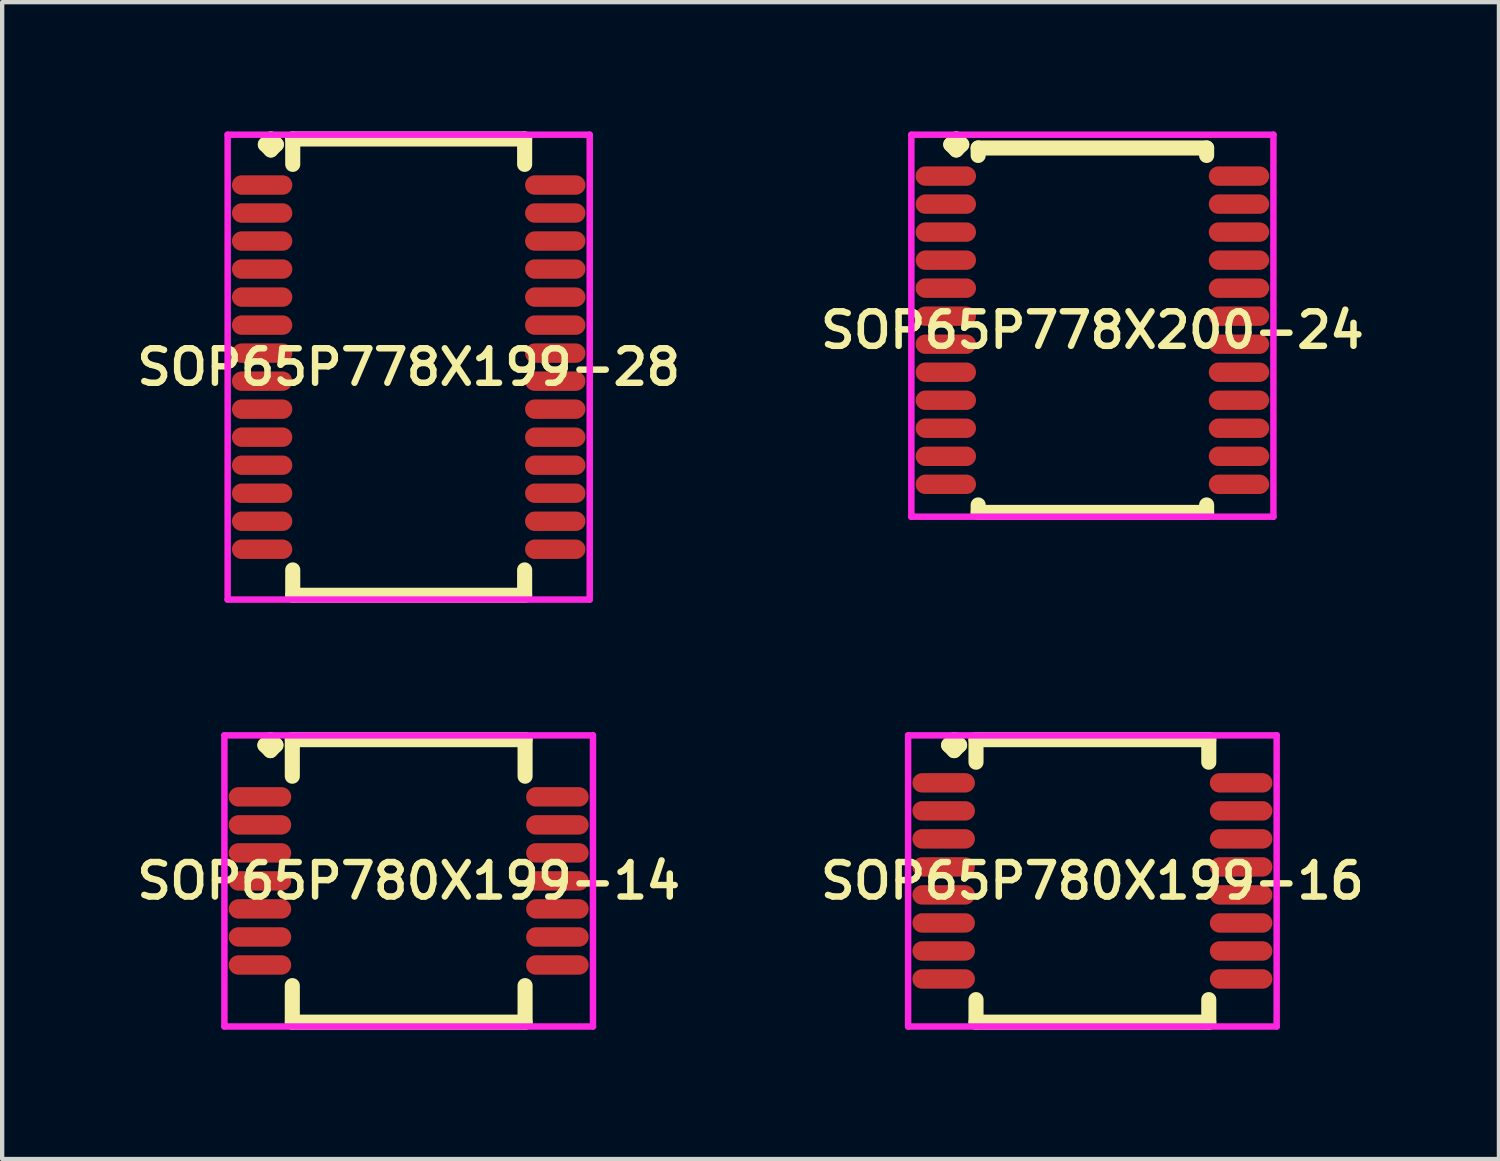
<source format=kicad_pcb>
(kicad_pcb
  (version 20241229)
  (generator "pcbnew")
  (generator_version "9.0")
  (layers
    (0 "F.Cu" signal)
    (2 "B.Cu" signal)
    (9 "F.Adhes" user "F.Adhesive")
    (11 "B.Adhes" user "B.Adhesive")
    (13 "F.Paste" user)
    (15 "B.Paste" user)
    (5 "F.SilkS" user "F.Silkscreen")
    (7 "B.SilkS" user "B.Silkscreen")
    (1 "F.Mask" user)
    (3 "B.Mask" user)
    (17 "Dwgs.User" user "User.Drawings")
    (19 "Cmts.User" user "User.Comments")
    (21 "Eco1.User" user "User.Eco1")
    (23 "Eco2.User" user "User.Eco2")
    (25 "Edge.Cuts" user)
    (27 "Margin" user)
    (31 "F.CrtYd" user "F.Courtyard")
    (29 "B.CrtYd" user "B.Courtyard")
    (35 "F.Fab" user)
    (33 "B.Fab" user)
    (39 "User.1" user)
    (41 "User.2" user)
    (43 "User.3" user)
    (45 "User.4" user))
  (footprint "SOP65P778X199-28"
    (layer "F.Cu")
    (at 6.431 5.467)
    (property "Reference" "SOP65P778X199-28" (at 0 0 0) (layer "F.SilkS") (effects (font (size 0.8 0.8) (thickness 0.15))))
    (attr smd)
    (fp_line (start -3.325 -5.165) (end -3.198 -5.292) (stroke (width 0.35) (type solid)) (layer "F.SilkS"))
    (fp_line (start -3.198 -5.292) (end -3.071 -5.165) (stroke (width 0.35) (type solid)) (layer "F.SilkS"))
    (fp_line (start -3.198 -5.038) (end -3.325 -5.165) (stroke (width 0.35) (type solid)) (layer "F.SilkS"))
    (fp_line (start -3.071 -5.165) (end -3.198 -5.038) (stroke (width 0.35) (type solid)) (layer "F.SilkS"))
    (fp_line (start -2.69 -5.292) (end 2.69 -5.292) (stroke (width 0.35) (type solid)) (layer "F.SilkS"))
    (fp_line (start -2.69 -4.704) (end -2.69 -5.292) (stroke (width 0.35) (type solid)) (layer "F.SilkS"))
    (fp_line (start -2.69 4.704) (end -2.69 5.292) (stroke (width 0.35) (type solid)) (layer "F.SilkS"))
    (fp_line (start -2.69 5.292) (end 2.69 5.292) (stroke (width 0.35) (type solid)) (layer "F.SilkS"))
    (fp_line (start 2.69 -5.292) (end 2.69 -4.704) (stroke (width 0.35) (type solid)) (layer "F.SilkS"))
    (fp_line (start 2.69 5.292) (end 2.69 4.704) (stroke (width 0.35) (type solid)) (layer "F.SilkS"))
    (fp_line (start -4.2 -5.392) (end 4.2 -5.392) (stroke (width 0.15) (type solid)) (layer "F.CrtYd"))
    (fp_line (start -4.2 5.392) (end -4.2 -5.392) (stroke (width 0.15) (type solid)) (layer "F.CrtYd"))
    (fp_line (start 4.2 -5.392) (end 4.2 5.392) (stroke (width 0.15) (type solid)) (layer "F.CrtYd"))
    (fp_line (start 4.2 5.392) (end -4.2 5.392) (stroke (width 0.15) (type solid)) (layer "F.CrtYd"))
    (pad "1" smd oval (at -3.4 -4.225) (size 1.4 0.45) (layers "F.Cu" "F.Mask" "F.Paste"))
    (pad "2" smd oval (at -3.4 -3.575) (size 1.4 0.45) (layers "F.Cu" "F.Mask" "F.Paste"))
    (pad "3" smd oval (at -3.4 -2.925) (size 1.4 0.45) (layers "F.Cu" "F.Mask" "F.Paste"))
    (pad "4" smd oval (at -3.4 -2.275) (size 1.4 0.45) (layers "F.Cu" "F.Mask" "F.Paste"))
    (pad "5" smd oval (at -3.4 -1.625) (size 1.4 0.45) (layers "F.Cu" "F.Mask" "F.Paste"))
    (pad "6" smd oval (at -3.4 -0.975) (size 1.4 0.45) (layers "F.Cu" "F.Mask" "F.Paste"))
    (pad "7" smd oval (at -3.4 -0.325) (size 1.4 0.45) (layers "F.Cu" "F.Mask" "F.Paste"))
    (pad "8" smd oval (at -3.4 0.325) (size 1.4 0.45) (layers "F.Cu" "F.Mask" "F.Paste"))
    (pad "9" smd oval (at -3.4 0.975) (size 1.4 0.45) (layers "F.Cu" "F.Mask" "F.Paste"))
    (pad "10" smd oval (at -3.4 1.625) (size 1.4 0.45) (layers "F.Cu" "F.Mask" "F.Paste"))
    (pad "11" smd oval (at -3.4 2.275) (size 1.4 0.45) (layers "F.Cu" "F.Mask" "F.Paste"))
    (pad "12" smd oval (at -3.4 2.925) (size 1.4 0.45) (layers "F.Cu" "F.Mask" "F.Paste"))
    (pad "13" smd oval (at -3.4 3.575) (size 1.4 0.45) (layers "F.Cu" "F.Mask" "F.Paste"))
    (pad "14" smd oval (at -3.4 4.225) (size 1.4 0.45) (layers "F.Cu" "F.Mask" "F.Paste"))
    (pad "15" smd oval (at 3.4 4.225) (size 1.4 0.45) (layers "F.Cu" "F.Mask" "F.Paste"))
    (pad "16" smd oval (at 3.4 3.575) (size 1.4 0.45) (layers "F.Cu" "F.Mask" "F.Paste"))
    (pad "17" smd oval (at 3.4 2.925) (size 1.4 0.45) (layers "F.Cu" "F.Mask" "F.Paste"))
    (pad "18" smd oval (at 3.4 2.275) (size 1.4 0.45) (layers "F.Cu" "F.Mask" "F.Paste"))
    (pad "19" smd oval (at 3.4 1.625) (size 1.4 0.45) (layers "F.Cu" "F.Mask" "F.Paste"))
    (pad "20" smd oval (at 3.4 0.975) (size 1.4 0.45) (layers "F.Cu" "F.Mask" "F.Paste"))
    (pad "21" smd oval (at 3.4 0.325) (size 1.4 0.45) (layers "F.Cu" "F.Mask" "F.Paste"))
    (pad "22" smd oval (at 3.4 -0.325) (size 1.4 0.45) (layers "F.Cu" "F.Mask" "F.Paste"))
    (pad "23" smd oval (at 3.4 -0.975) (size 1.4 0.45) (layers "F.Cu" "F.Mask" "F.Paste"))
    (pad "24" smd oval (at 3.4 -1.625) (size 1.4 0.45) (layers "F.Cu" "F.Mask" "F.Paste"))
    (pad "25" smd oval (at 3.4 -2.275) (size 1.4 0.45) (layers "F.Cu" "F.Mask" "F.Paste"))
    (pad "26" smd oval (at 3.4 -2.925) (size 1.4 0.45) (layers "F.Cu" "F.Mask" "F.Paste"))
    (pad "27" smd oval (at 3.4 -3.575) (size 1.4 0.45) (layers "F.Cu" "F.Mask" "F.Paste"))
    (pad "28" smd oval (at 3.4 -4.225) (size 1.4 0.45) (layers "F.Cu" "F.Mask" "F.Paste")))
  (footprint "SOP65P780X199-14"
    (layer "F.Cu")
    (at 6.431 17.386)
    (property "Reference" "SOP65P780X199-14" (at 0 0 0) (layer "F.SilkS") (effects (font (size 0.8 0.8) (thickness 0.15))))
    (attr through_hole)
    (fp_line (start -3.335 -3.15) (end -3.208 -3.277) (stroke (width 0.35) (type solid)) (layer "F.SilkS"))
    (fp_line (start -3.208 -3.277) (end -3.081 -3.15) (stroke (width 0.35) (type solid)) (layer "F.SilkS"))
    (fp_line (start -3.208 -3.023) (end -3.335 -3.15) (stroke (width 0.35) (type solid)) (layer "F.SilkS"))
    (fp_line (start -3.081 -3.15) (end -3.208 -3.023) (stroke (width 0.35) (type solid)) (layer "F.SilkS"))
    (fp_line (start -2.7 -3.277) (end 2.7 -3.277) (stroke (width 0.35) (type solid)) (layer "F.SilkS"))
    (fp_line (start -2.7 -2.429) (end -2.7 -3.277) (stroke (width 0.35) (type solid)) (layer "F.SilkS"))
    (fp_line (start -2.7 2.429) (end -2.7 3.277) (stroke (width 0.35) (type solid)) (layer "F.SilkS"))
    (fp_line (start -2.7 3.277) (end 2.7 3.277) (stroke (width 0.35) (type solid)) (layer "F.SilkS"))
    (fp_line (start 2.7 -3.277) (end 2.7 -2.429) (stroke (width 0.35) (type solid)) (layer "F.SilkS"))
    (fp_line (start 2.7 3.277) (end 2.7 2.429) (stroke (width 0.35) (type solid)) (layer "F.SilkS"))
    (fp_line (start -4.275 -3.377) (end 4.275 -3.377) (stroke (width 0.15) (type solid)) (layer "F.CrtYd"))
    (fp_line (start -4.275 3.377) (end -4.275 -3.377) (stroke (width 0.15) (type solid)) (layer "F.CrtYd"))
    (fp_line (start 4.275 -3.377) (end 4.275 3.377) (stroke (width 0.15) (type solid)) (layer "F.CrtYd"))
    (fp_line (start 4.275 3.377) (end -4.275 3.377) (stroke (width 0.15) (type solid)) (layer "F.CrtYd"))
    (pad "1" smd oval (at -3.45 -1.95) (size 1.45 0.45) (layers "F.Cu" "F.Mask" "F.Paste"))
    (pad "2" smd oval (at -3.45 -1.3) (size 1.45 0.45) (layers "F.Cu" "F.Mask" "F.Paste"))
    (pad "3" smd oval (at -3.45 -0.65) (size 1.45 0.45) (layers "F.Cu" "F.Mask" "F.Paste"))
    (pad "4" smd oval (at -3.45 0) (size 1.45 0.45) (layers "F.Cu" "F.Mask" "F.Paste"))
    (pad "5" smd oval (at -3.45 0.65) (size 1.45 0.45) (layers "F.Cu" "F.Mask" "F.Paste"))
    (pad "6" smd oval (at -3.45 1.3) (size 1.45 0.45) (layers "F.Cu" "F.Mask" "F.Paste"))
    (pad "7" smd oval (at -3.45 1.95) (size 1.45 0.45) (layers "F.Cu" "F.Mask" "F.Paste"))
    (pad "8" smd oval (at 3.45 1.95) (size 1.45 0.45) (layers "F.Cu" "F.Mask" "F.Paste"))
    (pad "9" smd oval (at 3.45 1.3) (size 1.45 0.45) (layers "F.Cu" "F.Mask" "F.Paste"))
    (pad "10" smd oval (at 3.45 0.65) (size 1.45 0.45) (layers "F.Cu" "F.Mask" "F.Paste"))
    (pad "11" smd oval (at 3.45 0) (size 1.45 0.45) (layers "F.Cu" "F.Mask" "F.Paste"))
    (pad "12" smd oval (at 3.45 -0.65) (size 1.45 0.45) (layers "F.Cu" "F.Mask" "F.Paste"))
    (pad "13" smd oval (at 3.45 -1.3) (size 1.45 0.45) (layers "F.Cu" "F.Mask" "F.Paste"))
    (pad "14" smd oval (at 3.45 -1.95) (size 1.45 0.45) (layers "F.Cu" "F.Mask" "F.Paste")))
  (footprint "SOP65P780X199-16"
    (layer "F.Cu")
    (at 22.292 17.386)
    (property "Reference" "SOP65P780X199-16" (at 0 0 0) (layer "F.SilkS") (effects (font (size 0.8 0.8) (thickness 0.15))))
    (attr smd)
    (fp_line (start -3.335 -3.15) (end -3.208 -3.277) (stroke (width 0.35) (type solid)) (layer "F.SilkS"))
    (fp_line (start -3.208 -3.277) (end -3.081 -3.15) (stroke (width 0.35) (type solid)) (layer "F.SilkS"))
    (fp_line (start -3.208 -3.023) (end -3.335 -3.15) (stroke (width 0.35) (type solid)) (layer "F.SilkS"))
    (fp_line (start -3.081 -3.15) (end -3.208 -3.023) (stroke (width 0.35) (type solid)) (layer "F.SilkS"))
    (fp_line (start -2.7 -3.277) (end 2.7 -3.277) (stroke (width 0.35) (type solid)) (layer "F.SilkS"))
    (fp_line (start -2.7 -2.754) (end -2.7 -3.277) (stroke (width 0.35) (type solid)) (layer "F.SilkS"))
    (fp_line (start -2.7 2.754) (end -2.7 3.277) (stroke (width 0.35) (type solid)) (layer "F.SilkS"))
    (fp_line (start -2.7 3.277) (end 2.7 3.277) (stroke (width 0.35) (type solid)) (layer "F.SilkS"))
    (fp_line (start 2.7 -3.277) (end 2.7 -2.754) (stroke (width 0.35) (type solid)) (layer "F.SilkS"))
    (fp_line (start 2.7 3.277) (end 2.7 2.754) (stroke (width 0.35) (type solid)) (layer "F.SilkS"))
    (fp_line (start -4.275 -3.377) (end 4.275 -3.377) (stroke (width 0.15) (type solid)) (layer "F.CrtYd"))
    (fp_line (start -4.275 3.377) (end -4.275 -3.377) (stroke (width 0.15) (type solid)) (layer "F.CrtYd"))
    (fp_line (start 4.275 -3.377) (end 4.275 3.377) (stroke (width 0.15) (type solid)) (layer "F.CrtYd"))
    (fp_line (start 4.275 3.377) (end -4.275 3.377) (stroke (width 0.15) (type solid)) (layer "F.CrtYd"))
    (pad "1" smd oval (at -3.45 -2.275) (size 1.45 0.45) (layers "F.Cu" "F.Mask" "F.Paste"))
    (pad "2" smd oval (at -3.45 -1.625) (size 1.45 0.45) (layers "F.Cu" "F.Mask" "F.Paste"))
    (pad "3" smd oval (at -3.45 -0.975) (size 1.45 0.45) (layers "F.Cu" "F.Mask" "F.Paste"))
    (pad "4" smd oval (at -3.45 -0.325) (size 1.45 0.45) (layers "F.Cu" "F.Mask" "F.Paste"))
    (pad "5" smd oval (at -3.45 0.325) (size 1.45 0.45) (layers "F.Cu" "F.Mask" "F.Paste"))
    (pad "6" smd oval (at -3.45 0.975) (size 1.45 0.45) (layers "F.Cu" "F.Mask" "F.Paste"))
    (pad "7" smd oval (at -3.45 1.625) (size 1.45 0.45) (layers "F.Cu" "F.Mask" "F.Paste"))
    (pad "8" smd oval (at -3.45 2.275) (size 1.45 0.45) (layers "F.Cu" "F.Mask" "F.Paste"))
    (pad "9" smd oval (at 3.45 2.275) (size 1.45 0.45) (layers "F.Cu" "F.Mask" "F.Paste"))
    (pad "10" smd oval (at 3.45 1.625) (size 1.45 0.45) (layers "F.Cu" "F.Mask" "F.Paste"))
    (pad "11" smd oval (at 3.45 0.975) (size 1.45 0.45) (layers "F.Cu" "F.Mask" "F.Paste"))
    (pad "12" smd oval (at 3.45 0.325) (size 1.45 0.45) (layers "F.Cu" "F.Mask" "F.Paste"))
    (pad "13" smd oval (at 3.45 -0.325) (size 1.45 0.45) (layers "F.Cu" "F.Mask" "F.Paste"))
    (pad "14" smd oval (at 3.45 -0.975) (size 1.45 0.45) (layers "F.Cu" "F.Mask" "F.Paste"))
    (pad "15" smd oval (at 3.45 -1.625) (size 1.45 0.45) (layers "F.Cu" "F.Mask" "F.Paste"))
    (pad "16" smd oval (at 3.45 -2.275) (size 1.45 0.45) (layers "F.Cu" "F.Mask" "F.Paste")))
  (footprint "SOP65P778X200-24"
    (layer "F.Cu")
    (at 22.292 4.61)
    (property "Reference" "SOP65P778X200-24" (at 0 0 0) (layer "F.SilkS") (effects (font (size 0.8 0.8) (thickness 0.15))))
    (attr smd)
    (fp_line (start -3.285 -4.308) (end -3.158 -4.435) (stroke (width 0.35) (type solid)) (layer "F.SilkS"))
    (fp_line (start -3.158 -4.435) (end -3.031 -4.308) (stroke (width 0.35) (type solid)) (layer "F.SilkS"))
    (fp_line (start -3.158 -4.181) (end -3.285 -4.308) (stroke (width 0.35) (type solid)) (layer "F.SilkS"))
    (fp_line (start -3.031 -4.308) (end -3.158 -4.181) (stroke (width 0.35) (type solid)) (layer "F.SilkS"))
    (fp_line (start -2.65 -4.227) (end 2.65 -4.227) (stroke (width 0.35) (type solid)) (layer "F.SilkS"))
    (fp_line (start -2.65 -4.054) (end -2.65 -4.227) (stroke (width 0.35) (type solid)) (layer "F.SilkS"))
    (fp_line (start -2.65 4.054) (end -2.65 4.227) (stroke (width 0.35) (type solid)) (layer "F.SilkS"))
    (fp_line (start -2.65 4.227) (end 2.65 4.227) (stroke (width 0.35) (type solid)) (layer "F.SilkS"))
    (fp_line (start 2.65 -4.227) (end 2.65 -4.054) (stroke (width 0.35) (type solid)) (layer "F.SilkS"))
    (fp_line (start 2.65 4.227) (end 2.65 4.054) (stroke (width 0.35) (type solid)) (layer "F.SilkS"))
    (fp_line (start -4.2 -4.535) (end 4.2 -4.535) (stroke (width 0.15) (type solid)) (layer "F.CrtYd"))
    (fp_line (start -4.2 4.327) (end -4.2 -4.535) (stroke (width 0.15) (type solid)) (layer "F.CrtYd"))
    (fp_line (start 4.2 -4.535) (end 4.2 4.327) (stroke (width 0.15) (type solid)) (layer "F.CrtYd"))
    (fp_line (start 4.2 4.327) (end -4.2 4.327) (stroke (width 0.15) (type solid)) (layer "F.CrtYd"))
    (pad "1" smd oval (at -3.4 -3.575) (size 1.4 0.45) (layers "F.Cu" "F.Mask" "F.Paste"))
    (pad "2" smd oval (at -3.4 -2.925) (size 1.4 0.45) (layers "F.Cu" "F.Mask" "F.Paste"))
    (pad "3" smd oval (at -3.4 -2.275) (size 1.4 0.45) (layers "F.Cu" "F.Mask" "F.Paste"))
    (pad "4" smd oval (at -3.4 -1.625) (size 1.4 0.45) (layers "F.Cu" "F.Mask" "F.Paste"))
    (pad "5" smd oval (at -3.4 -0.975) (size 1.4 0.45) (layers "F.Cu" "F.Mask" "F.Paste"))
    (pad "6" smd oval (at -3.4 -0.325) (size 1.4 0.45) (layers "F.Cu" "F.Mask" "F.Paste"))
    (pad "7" smd oval (at -3.4 0.325) (size 1.4 0.45) (layers "F.Cu" "F.Mask" "F.Paste"))
    (pad "8" smd oval (at -3.4 0.975) (size 1.4 0.45) (layers "F.Cu" "F.Mask" "F.Paste"))
    (pad "9" smd oval (at -3.4 1.625) (size 1.4 0.45) (layers "F.Cu" "F.Mask" "F.Paste"))
    (pad "10" smd oval (at -3.4 2.275) (size 1.4 0.45) (layers "F.Cu" "F.Mask" "F.Paste"))
    (pad "11" smd oval (at -3.4 2.925) (size 1.4 0.45) (layers "F.Cu" "F.Mask" "F.Paste"))
    (pad "12" smd oval (at -3.4 3.575) (size 1.4 0.45) (layers "F.Cu" "F.Mask" "F.Paste"))
    (pad "13" smd oval (at 3.4 3.575) (size 1.4 0.45) (layers "F.Cu" "F.Mask" "F.Paste"))
    (pad "14" smd oval (at 3.4 2.925) (size 1.4 0.45) (layers "F.Cu" "F.Mask" "F.Paste"))
    (pad "15" smd oval (at 3.4 2.275) (size 1.4 0.45) (layers "F.Cu" "F.Mask" "F.Paste"))
    (pad "16" smd oval (at 3.4 1.625) (size 1.4 0.45) (layers "F.Cu" "F.Mask" "F.Paste"))
    (pad "17" smd oval (at 3.4 0.975) (size 1.4 0.45) (layers "F.Cu" "F.Mask" "F.Paste"))
    (pad "18" smd oval (at 3.4 0.325) (size 1.4 0.45) (layers "F.Cu" "F.Mask" "F.Paste"))
    (pad "19" smd oval (at 3.4 -0.325) (size 1.4 0.45) (layers "F.Cu" "F.Mask" "F.Paste"))
    (pad "20" smd oval (at 3.4 -0.975) (size 1.4 0.45) (layers "F.Cu" "F.Mask" "F.Paste"))
    (pad "21" smd oval (at 3.4 -1.625) (size 1.4 0.45) (layers "F.Cu" "F.Mask" "F.Paste"))
    (pad "22" smd oval (at 3.4 -2.275) (size 1.4 0.45) (layers "F.Cu" "F.Mask" "F.Paste"))
    (pad "23" smd oval (at 3.4 -2.925) (size 1.4 0.45) (layers "F.Cu" "F.Mask" "F.Paste"))
    (pad "24" smd oval (at 3.4 -3.575) (size 1.4 0.45) (layers "F.Cu" "F.Mask" "F.Paste")))
  (gr_rect
    (start -3 -3)
    (end 31.723 23.838)
    (stroke (width 0.1) (type default))
    (fill no)
    (layer "Edge.Cuts")))
</source>
